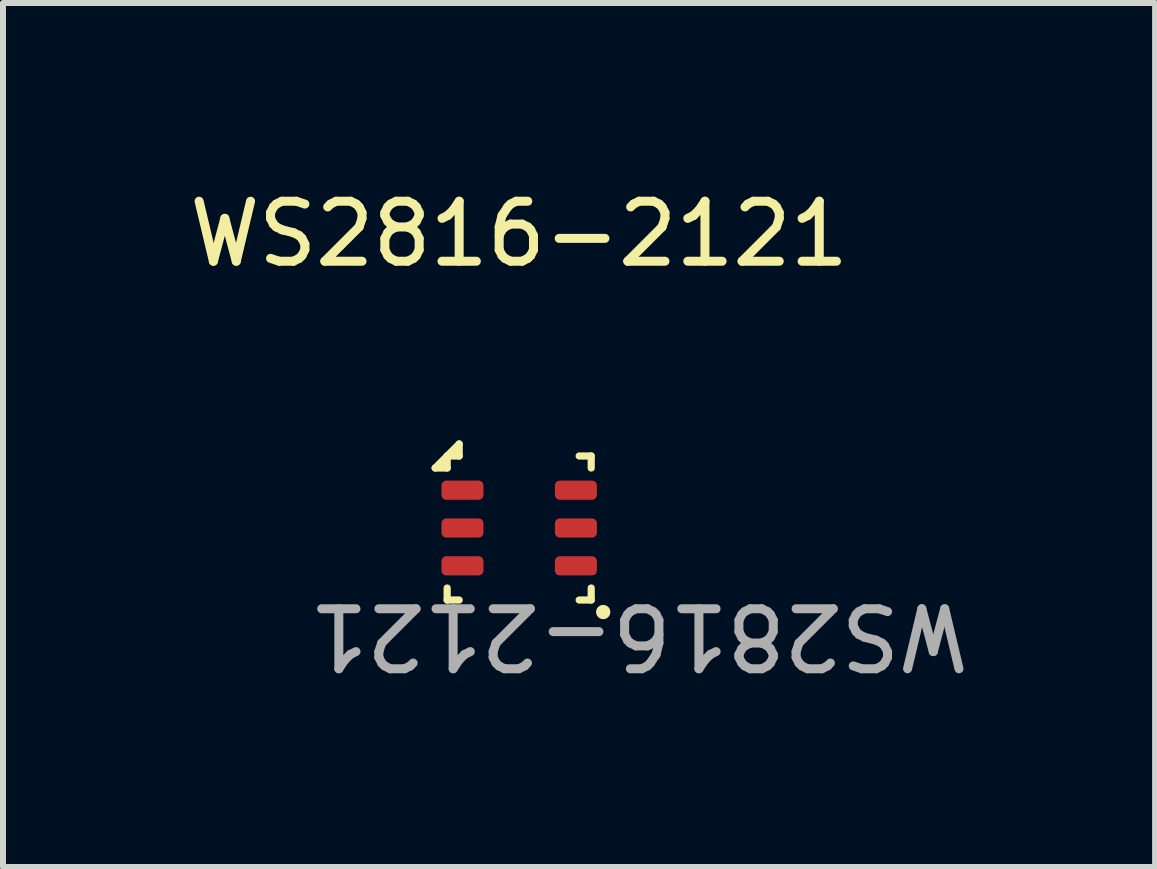
<source format=kicad_pcb>
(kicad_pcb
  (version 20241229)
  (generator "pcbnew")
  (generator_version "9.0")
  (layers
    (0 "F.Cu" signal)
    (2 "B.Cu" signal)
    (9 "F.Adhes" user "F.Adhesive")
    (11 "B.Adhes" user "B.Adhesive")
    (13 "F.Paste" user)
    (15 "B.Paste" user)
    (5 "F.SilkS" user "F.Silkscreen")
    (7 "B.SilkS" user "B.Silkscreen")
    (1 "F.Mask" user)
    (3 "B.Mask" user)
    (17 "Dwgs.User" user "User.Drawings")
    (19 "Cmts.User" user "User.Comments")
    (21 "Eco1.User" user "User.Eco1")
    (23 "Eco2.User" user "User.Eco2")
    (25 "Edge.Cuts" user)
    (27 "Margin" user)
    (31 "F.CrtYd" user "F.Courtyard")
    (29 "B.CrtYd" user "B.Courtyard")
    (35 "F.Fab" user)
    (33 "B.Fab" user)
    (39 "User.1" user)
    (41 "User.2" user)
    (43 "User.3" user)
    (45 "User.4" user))
  (footprint "WS2816-2121"
    (layer "F.Cu")
    (at 5.596 5.748)
    (property "Reference" "WS2816-2121" (at 0.005 -4.9 0) (unlocked yes) (layer "F.SilkS") (effects (font (size 1 1) (thickness 0.15))))
    (attr smd)
    (fp_line (start -1.395 -1) (end -1.195 -1) (stroke (width 0.12) (type solid)) (layer "F.SilkS"))
    (fp_line (start -1.195 -1.2) (end -0.995 -1.2) (stroke (width 0.12) (type solid)) (layer "F.SilkS"))
    (fp_line (start -1.195 -1) (end -1.195 -1.2) (stroke (width 0.12) (type solid)) (layer "F.SilkS"))
    (fp_line (start -1.195 1.2) (end -1.195 1) (stroke (width 0.12) (type solid)) (layer "F.SilkS"))
    (fp_line (start -0.995 -1.4) (end -1.395 -1) (stroke (width 0.12) (type solid)) (layer "F.SilkS"))
    (fp_line (start -0.995 -1.2) (end -0.995 -1.4) (stroke (width 0.12) (type solid)) (layer "F.SilkS"))
    (fp_line (start -0.995 1.2) (end -1.195 1.2) (stroke (width 0.12) (type solid)) (layer "F.SilkS"))
    (fp_line (start 1.005 -1.2) (end 1.205 -1.2) (stroke (width 0.12) (type solid)) (layer "F.SilkS"))
    (fp_line (start 1.205 -1.2) (end 1.205 -1) (stroke (width 0.12) (type solid)) (layer "F.SilkS"))
    (fp_line (start 1.205 1) (end 1.205 1.2) (stroke (width 0.12) (type solid)) (layer "F.SilkS"))
    (fp_line (start 1.205 1.2) (end 1.005 1.2) (stroke (width 0.12) (type solid)) (layer "F.SilkS"))
    (fp_circle (center 1.405 1.4) (end 1.405 1.4) (stroke (width 0.12) (type solid)) (fill no) (layer "F.SilkS"))
    (fp_text user "${REFERENCE}" (at 2 1.8 180) (unlocked yes) (layer "F.Fab") (effects (font (size 1 1) (thickness 0.15))))
    (pad "1" smd roundrect (at 0.95 0.63 270) (size 0.32 0.7) (layers "F.Cu" "F.Mask" "F.Paste") (roundrect_rratio 0.25))
    (pad "2" smd roundrect (at 0.95 0 270) (size 0.32 0.7) (layers "F.Cu" "F.Mask" "F.Paste") (roundrect_rratio 0.25))
    (pad "3" smd roundrect (at 0.95 -0.63 270) (size 0.32 0.7) (layers "F.Cu" "F.Mask" "F.Paste") (roundrect_rratio 0.25))
    (pad "4" smd roundrect (at -0.94 -0.63 270) (size 0.32 0.7) (layers "F.Cu" "F.Mask" "F.Paste") (roundrect_rratio 0.25))
    (pad "5" smd roundrect (at -0.94 0 270) (size 0.32 0.7) (layers "F.Cu" "F.Mask" "F.Paste") (roundrect_rratio 0.25))
    (pad "6" smd roundrect (at -0.94 0.63 270) (size 0.32 0.7) (layers "F.Cu" "F.Mask" "F.Paste") (roundrect_rratio 0.25)))
  (gr_rect
    (start -3 -3)
    (end 16.197 11.396)
    (stroke (width 0.1) (type default))
    (fill no)
    (layer "Edge.Cuts")))
</source>
